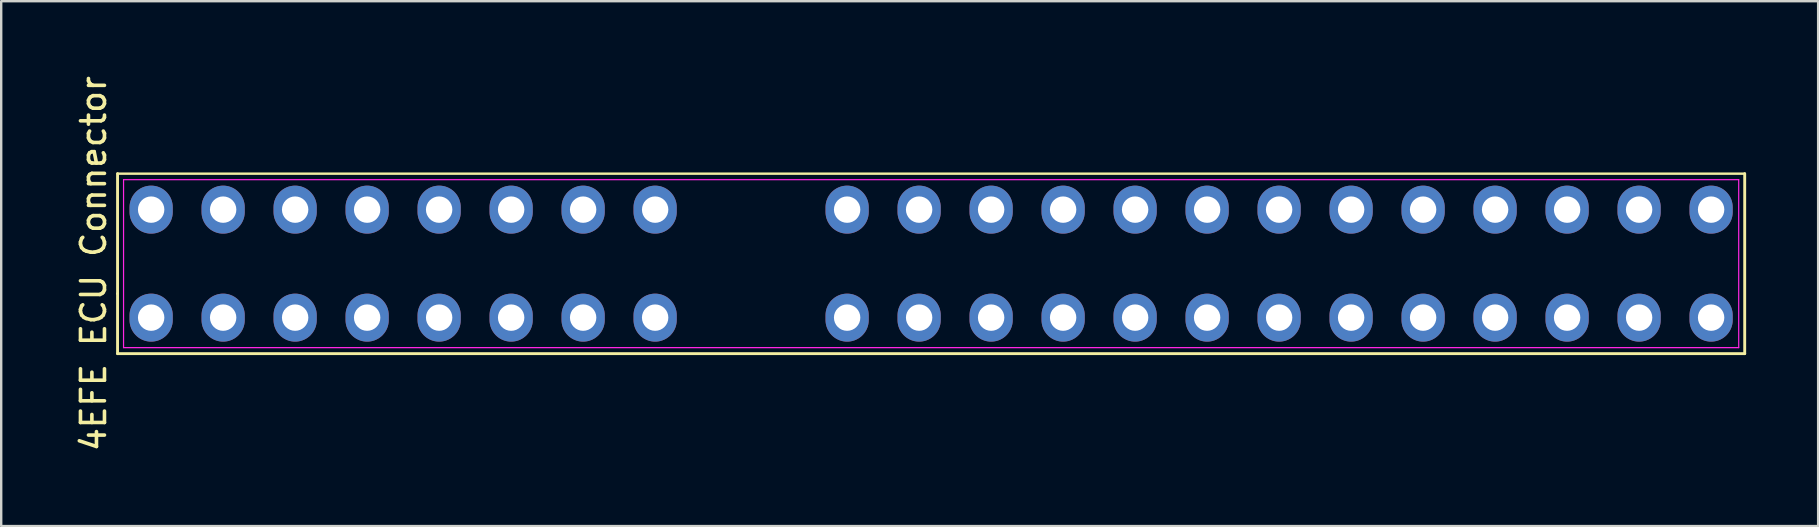
<source format=kicad_pcb>
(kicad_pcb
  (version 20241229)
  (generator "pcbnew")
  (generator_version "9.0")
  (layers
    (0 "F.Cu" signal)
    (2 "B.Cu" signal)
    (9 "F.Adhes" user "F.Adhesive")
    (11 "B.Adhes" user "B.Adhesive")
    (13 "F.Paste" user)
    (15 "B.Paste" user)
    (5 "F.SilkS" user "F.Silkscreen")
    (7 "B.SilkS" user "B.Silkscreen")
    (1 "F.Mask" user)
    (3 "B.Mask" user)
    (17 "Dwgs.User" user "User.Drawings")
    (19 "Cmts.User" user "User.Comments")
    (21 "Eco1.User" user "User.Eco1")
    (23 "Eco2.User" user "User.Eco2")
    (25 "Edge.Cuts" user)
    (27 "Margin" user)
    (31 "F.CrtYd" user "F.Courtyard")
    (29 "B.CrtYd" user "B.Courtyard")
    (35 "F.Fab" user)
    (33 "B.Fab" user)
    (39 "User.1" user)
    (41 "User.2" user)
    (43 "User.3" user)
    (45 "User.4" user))
  (footprint "4EFE ECU Connector"
    (layer "F.Cu")
    (at 33.248 7.935)
    (property "Reference" "4EFE ECU Connector" (at -32.4 0 90) (layer "F.SilkS") (effects (font (size 1 1) (thickness 0.15))))
    (attr through_hole)
    (fp_line (start -31.4 -3.75) (end -31.4 1.25) (stroke (width 0.12) (type default)) (layer "F.SilkS"))
    (fp_line (start -31.4 1.25) (end -31.4 3.75) (stroke (width 0.12) (type default)) (layer "F.SilkS"))
    (fp_line (start -31.4 3.75) (end 36.4 3.75) (stroke (width 0.12) (type default)) (layer "F.SilkS"))
    (fp_line (start 36.4 -3.75) (end -31.4 -3.75) (stroke (width 0.1) (type default)) (layer "F.SilkS"))
    (fp_line (start 36.4 3.75) (end 36.4 -3.75) (stroke (width 0.12) (type default)) (layer "F.SilkS"))
    (fp_line (start -31.15 -3.5) (end 36.15 -3.5) (stroke (width 0.05) (type default)) (layer "F.CrtYd"))
    (fp_line (start -31.15 3.5) (end -31.15 -3.5) (stroke (width 0.05) (type default)) (layer "F.CrtYd"))
    (fp_line (start 36.15 -3.5) (end 36.15 3.5) (stroke (width 0.05) (type default)) (layer "F.CrtYd"))
    (fp_line (start 36.15 3.5) (end -31.15 3.5) (stroke (width 0.05) (type default)) (layer "F.CrtYd"))
    (pad "1" thru_hole oval (at -30 2.25) (size 1.8 2) (drill 1.1) (layers "*.Cu" "*.Mask"))
    (pad "2" thru_hole oval (at -27 2.25) (size 1.8 2) (drill 1.1) (layers "*.Cu" "*.Mask"))
    (pad "3" thru_hole oval (at -24 2.25) (size 1.8 2) (drill 1.1) (layers "*.Cu" "*.Mask"))
    (pad "4" thru_hole oval (at -21 2.25) (size 1.8 2) (drill 1.1) (layers "*.Cu" "*.Mask"))
    (pad "5" thru_hole oval (at -18 2.25) (size 1.8 2) (drill 1.1) (layers "*.Cu" "*.Mask"))
    (pad "6" thru_hole oval (at -15 2.25) (size 1.8 2) (drill 1.1) (layers "*.Cu" "*.Mask"))
    (pad "7" thru_hole oval (at -12 2.25) (size 1.8 2) (drill 1.1) (layers "*.Cu" "*.Mask"))
    (pad "8" thru_hole oval (at -9 2.25) (size 1.8 2) (drill 1.1) (layers "*.Cu" "*.Mask"))
    (pad "9" thru_hole oval (at -1 2.25) (size 1.8 2) (drill 1.1) (layers "*.Cu" "*.Mask"))
    (pad "10" thru_hole oval (at 2 2.25) (size 1.8 2) (drill 1.1) (layers "*.Cu" "*.Mask"))
    (pad "11" thru_hole oval (at 5 2.25) (size 1.8 2) (drill 1.1) (layers "*.Cu" "*.Mask"))
    (pad "12" thru_hole oval (at 8 2.25) (size 1.8 2) (drill 1.1) (layers "*.Cu" "*.Mask"))
    (pad "13" thru_hole oval (at 11 2.25) (size 1.8 2) (drill 1.1) (layers "*.Cu" "*.Mask"))
    (pad "14" thru_hole oval (at 14 2.25) (size 1.8 2) (drill 1.1) (layers "*.Cu" "*.Mask"))
    (pad "15" thru_hole oval (at 17 2.25) (size 1.8 2) (drill 1.1) (layers "*.Cu" "*.Mask"))
    (pad "16" thru_hole oval (at 20 2.25) (size 1.8 2) (drill 1.1) (layers "*.Cu" "*.Mask"))
    (pad "17" thru_hole oval (at 23 2.25) (size 1.8 2) (drill 1.1) (layers "*.Cu" "*.Mask"))
    (pad "18" thru_hole oval (at 26 2.25) (size 1.8 2) (drill 1.1) (layers "*.Cu" "*.Mask"))
    (pad "19" thru_hole oval (at 29 2.25) (size 1.8 2) (drill 1.1) (layers "*.Cu" "*.Mask"))
    (pad "20" thru_hole oval (at 32 2.25) (size 1.8 2) (drill 1.1) (layers "*.Cu" "*.Mask"))
    (pad "21" thru_hole oval (at 35 2.25) (size 1.8 2) (drill 1.1) (layers "*.Cu" "*.Mask"))
    (pad "22" thru_hole oval (at 35 -2.25) (size 1.8 2) (drill 1.1) (layers "*.Cu" "*.Mask"))
    (pad "23" thru_hole oval (at 32 -2.25) (size 1.8 2) (drill 1.1) (layers "*.Cu" "*.Mask"))
    (pad "24" thru_hole oval (at 29 -2.25) (size 1.8 2) (drill 1.1) (layers "*.Cu" "*.Mask"))
    (pad "25" thru_hole oval (at 26 -2.25) (size 1.8 2) (drill 1.1) (layers "*.Cu" "*.Mask"))
    (pad "26" thru_hole oval (at 23 -2.25) (size 1.8 2) (drill 1.1) (layers "*.Cu" "*.Mask"))
    (pad "27" thru_hole oval (at 20 -2.25) (size 1.8 2) (drill 1.1) (layers "*.Cu" "*.Mask"))
    (pad "28" thru_hole oval (at 17 -2.25) (size 1.8 2) (drill 1.1) (layers "*.Cu" "*.Mask"))
    (pad "29" thru_hole oval (at 14 -2.25) (size 1.8 2) (drill 1.1) (layers "*.Cu" "*.Mask"))
    (pad "30" thru_hole oval (at 11 -2.25) (size 1.8 2) (drill 1.1) (layers "*.Cu" "*.Mask"))
    (pad "31" thru_hole oval (at 8 -2.25) (size 1.8 2) (drill 1.1) (layers "*.Cu" "*.Mask"))
    (pad "32" thru_hole oval (at 5 -2.25) (size 1.8 2) (drill 1.1) (layers "*.Cu" "*.Mask"))
    (pad "33" thru_hole oval (at 2 -2.25) (size 1.8 2) (drill 1.1) (layers "*.Cu" "*.Mask"))
    (pad "34" thru_hole oval (at -1 -2.25) (size 1.8 2) (drill 1.1) (layers "*.Cu" "*.Mask"))
    (pad "35" thru_hole oval (at -9 -2.25) (size 1.8 2) (drill 1.1) (layers "*.Cu" "*.Mask"))
    (pad "36" thru_hole oval (at -12 -2.25) (size 1.8 2) (drill 1.1) (layers "*.Cu" "*.Mask"))
    (pad "37" thru_hole oval (at -15 -2.25) (size 1.8 2) (drill 1.1) (layers "*.Cu" "*.Mask"))
    (pad "38" thru_hole oval (at -18 -2.25) (size 1.8 2) (drill 1.1) (layers "*.Cu" "*.Mask"))
    (pad "39" thru_hole oval (at -21 -2.25) (size 1.8 2) (drill 1.1) (layers "*.Cu" "*.Mask"))
    (pad "40" thru_hole oval (at -24 -2.25) (size 1.8 2) (drill 1.1) (layers "*.Cu" "*.Mask"))
    (pad "41" thru_hole oval (at -27 -2.25) (size 1.8 2) (drill 1.1) (layers "*.Cu" "*.Mask"))
    (pad "42" thru_hole oval (at -30 -2.25) (size 1.8 2) (drill 1.1) (layers "*.Cu" "*.Mask")))
  (gr_rect
    (start -3 -3)
    (end 72.708 18.869)
    (stroke (width 0.1) (type default))
    (fill no)
    (layer "Edge.Cuts")))
</source>
